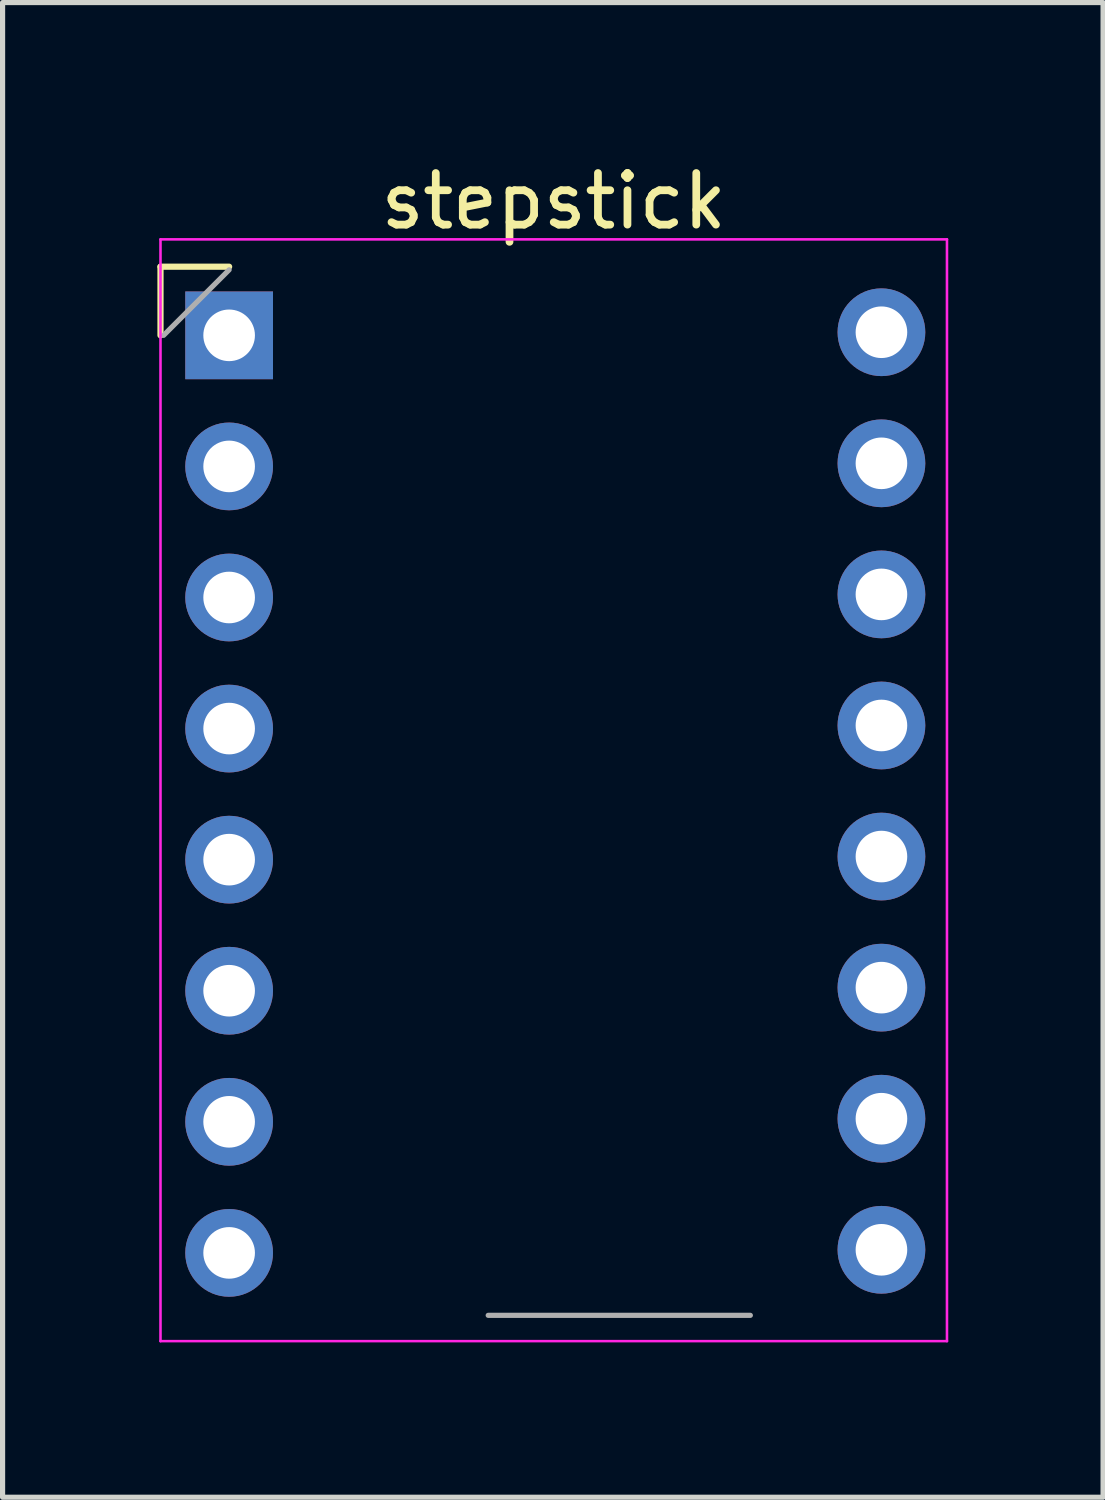
<source format=kicad_pcb>
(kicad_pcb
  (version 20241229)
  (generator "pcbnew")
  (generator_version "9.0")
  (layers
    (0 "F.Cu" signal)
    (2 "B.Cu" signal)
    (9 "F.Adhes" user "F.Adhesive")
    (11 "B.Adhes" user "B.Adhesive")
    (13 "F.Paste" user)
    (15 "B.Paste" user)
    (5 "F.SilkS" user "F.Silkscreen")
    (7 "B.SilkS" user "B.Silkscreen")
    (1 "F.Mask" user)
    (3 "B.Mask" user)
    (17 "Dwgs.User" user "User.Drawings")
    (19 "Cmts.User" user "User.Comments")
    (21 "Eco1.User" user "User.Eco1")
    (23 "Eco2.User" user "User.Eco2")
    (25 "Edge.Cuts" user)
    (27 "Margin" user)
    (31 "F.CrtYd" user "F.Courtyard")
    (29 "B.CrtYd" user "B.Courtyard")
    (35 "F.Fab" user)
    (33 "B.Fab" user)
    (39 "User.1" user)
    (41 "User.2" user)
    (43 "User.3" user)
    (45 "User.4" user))
  (footprint "stepstick"
    (layer "F.Cu")
    (at 7.68 3.388)
    (property "Reference" "stepstick" (at 0 -2.54 0) (layer "F.SilkS") (effects (font (size 1 1) (thickness 0.15))))
    (attr through_hole)
    (fp_line (start -7.62 -1.27) (end -6.29 -1.27) (stroke (width 0.12) (type solid)) (layer "F.SilkS"))
    (fp_line (start -7.62 0.06) (end -7.62 -1.27) (stroke (width 0.12) (type solid)) (layer "F.SilkS"))
    (fp_line (start -7.62 -1.8) (end -7.62 19.55) (stroke (width 0.05) (type solid)) (layer "F.CrtYd"))
    (fp_line (start -7.62 19.55) (end 7.62 19.55) (stroke (width 0.05) (type solid)) (layer "F.CrtYd"))
    (fp_line (start 7.62 -1.8) (end -7.62 -1.8) (stroke (width 0.05) (type solid)) (layer "F.CrtYd"))
    (fp_line (start 7.62 19.55) (end 7.62 -1.8) (stroke (width 0.05) (type solid)) (layer "F.CrtYd"))
    (fp_line (start -7.56 0.06) (end -6.29 -1.21) (stroke (width 0.1) (type solid)) (layer "F.Fab"))
    (fp_line (start 3.81 19.05) (end -1.27 19.05) (stroke (width 0.1) (type solid)) (layer "F.Fab"))
    (fp_text user " " (at 1.27 8.89 90) (layer "F.Fab") (effects (font (size 1 1) (thickness 0.15))))
    (pad "1" thru_hole rect (at -6.29 0.06) (size 1.7 1.7) (drill 1) (layers "*.Cu" "*.Mask"))
    (pad "2" thru_hole oval (at 6.35 0) (size 1.7 1.7) (drill 1) (layers "*.Cu" "*.Mask"))
    (pad "3" thru_hole oval (at -6.29 2.6) (size 1.7 1.7) (drill 1) (layers "*.Cu" "*.Mask"))
    (pad "4" thru_hole oval (at 6.35 2.54) (size 1.7 1.7) (drill 1) (layers "*.Cu" "*.Mask"))
    (pad "5" thru_hole oval (at -6.29 5.14) (size 1.7 1.7) (drill 1) (layers "*.Cu" "*.Mask"))
    (pad "6" thru_hole oval (at 6.35 5.08) (size 1.7 1.7) (drill 1) (layers "*.Cu" "*.Mask"))
    (pad "7" thru_hole oval (at -6.29 7.68) (size 1.7 1.7) (drill 1) (layers "*.Cu" "*.Mask"))
    (pad "8" thru_hole oval (at 6.35 7.62) (size 1.7 1.7) (drill 1) (layers "*.Cu" "*.Mask"))
    (pad "9" thru_hole oval (at -6.29 10.22) (size 1.7 1.7) (drill 1) (layers "*.Cu" "*.Mask"))
    (pad "10" thru_hole oval (at 6.35 10.16) (size 1.7 1.7) (drill 1) (layers "*.Cu" "*.Mask"))
    (pad "11" thru_hole oval (at -6.29 12.76) (size 1.7 1.7) (drill 1) (layers "*.Cu" "*.Mask"))
    (pad "12" thru_hole oval (at 6.35 12.7) (size 1.7 1.7) (drill 1) (layers "*.Cu" "*.Mask"))
    (pad "13" thru_hole oval (at -6.29 15.3) (size 1.7 1.7) (drill 1) (layers "*.Cu" "*.Mask"))
    (pad "14" thru_hole oval (at 6.35 15.24) (size 1.7 1.7) (drill 1) (layers "*.Cu" "*.Mask"))
    (pad "15" thru_hole oval (at -6.29 17.84) (size 1.7 1.7) (drill 1) (layers "*.Cu" "*.Mask"))
    (pad "16" thru_hole oval (at 6.35 17.78) (size 1.7 1.7) (drill 1) (layers "*.Cu" "*.Mask")))
  (gr_rect
    (start -3 -3)
    (end 18.325 25.963)
    (stroke (width 0.1) (type default))
    (fill no)
    (layer "Edge.Cuts")))
</source>
